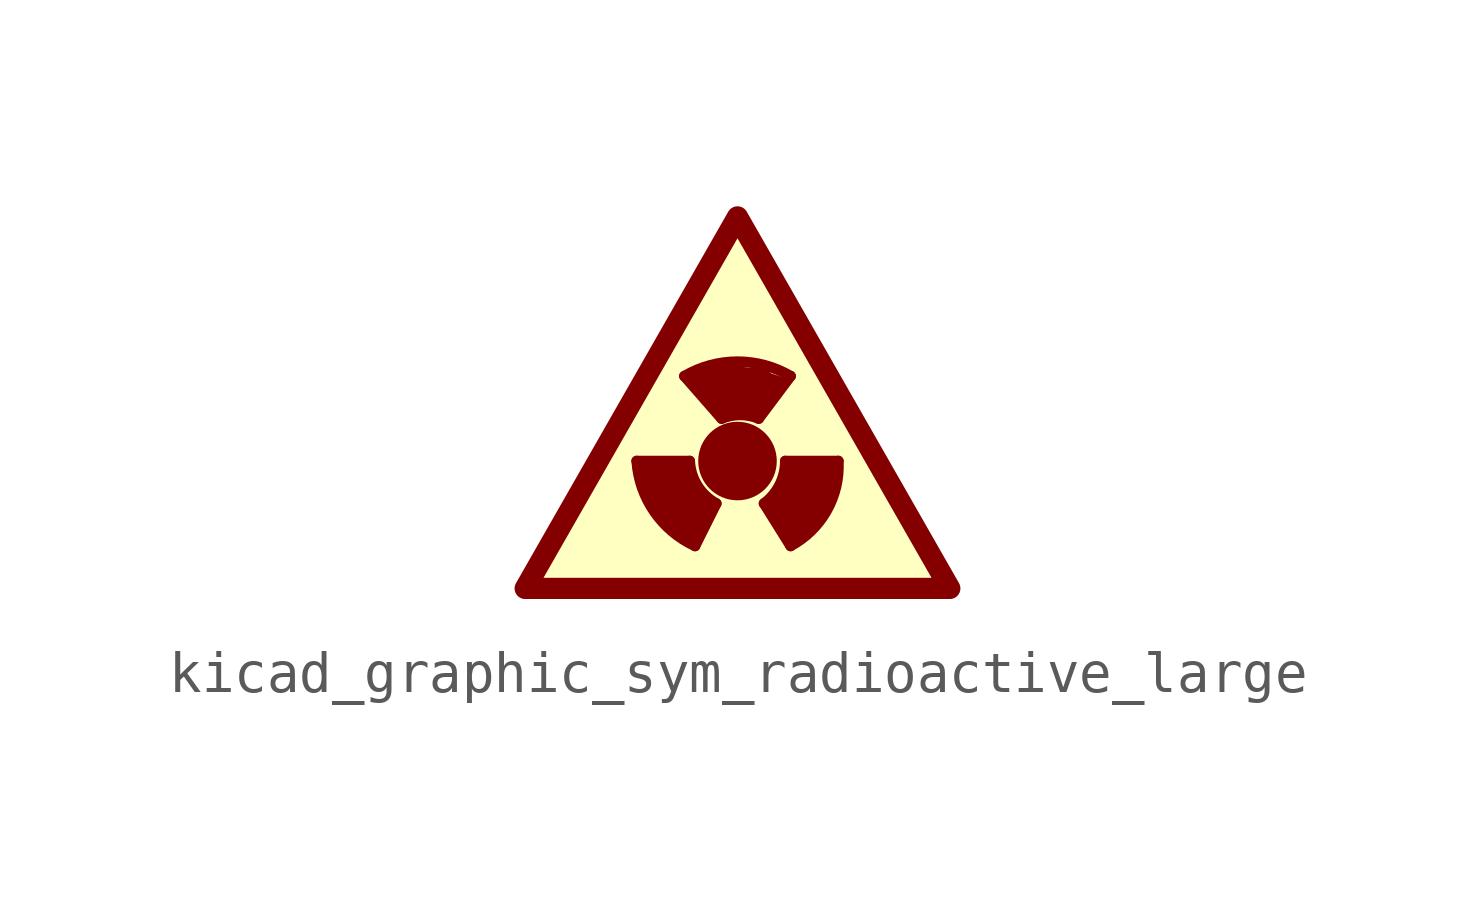
<source format=kicad_sym>
(kicad_symbol_lib
  (version 20220914)
  (generator kicad_symbol_editor)
  (symbol "kicad_graphic_sym_radioactive_large"
    (property "Reference" "#SYM"
      (at 2.413 7.112 0)
      (effects (font (size 1.27 1.27)) hide))
    (symbol "kicad_graphic_sym_radioactive_large_0_0"
      (polyline (pts (xy 0 0) (xy 1.27 0)) (stroke (width 0.254) (type default)) (fill (type none)))
      (polyline (pts (xy 1.143 2.032) (xy 2.032 1.016)) (stroke (width 0.254) (type default)) (fill (type none)))
      (polyline (pts (xy 1.397 -2.032) (xy 1.905 -1.016)) (stroke (width 0.254) (type default)) (fill (type none)))
      (polyline (pts (xy 2.921 1.016) (xy 3.683 2.032)) (stroke (width 0.254) (type default)) (fill (type none)))
      (polyline (pts (xy 3.048 -1.016) (xy 3.683 -2.032)) (stroke (width 0.254) (type default)) (fill (type none)))
      (polyline (pts (xy 3.556 0) (xy 4.826 0)) (stroke (width 0.254) (type default)) (fill (type none)))
      (polyline (pts (xy 3.048 -1.016) (xy 3.683 -2.032) (xy 4.191 -1.651) (xy 4.572 -1.016) (xy 4.699 -0.381) (xy 4.826 0) (xy 3.556 0) (xy 3.556 -0.381) (xy 3.302 -0.762) (xy 3.048 -1.016)) (stroke (width 0) (type default)) (fill (type outline)))
      (polyline (pts (xy 0 0) (xy 1.27 0) (xy 1.27 -0.254) (xy 1.397 -0.508) (xy 1.651 -0.889) (xy 1.905 -1.016) (xy 1.397 -2.032) (xy 1.016 -1.778) (xy 0.635 -1.397) (xy 0.254 -0.889) (xy 0 0)) (stroke (width 0) (type default)) (fill (type outline)))
      (polyline (pts (xy 2.032 1.016) (xy 1.397 1.905) (xy 1.143 2.032) (xy 1.778 2.286) (xy 2.667 2.159) (xy 3.048 2.159) (xy 3.175 2.032) (xy 3.556 1.905) (xy 2.921 1.016) (xy 2.54 1.143) (xy 2.286 1.143) (xy 2.032 1.016)) (stroke (width 0) (type default)) (fill (type outline)))
      (arc (start 0 0) (mid 0.419 -1.2071) (end 1.397 -2.032) (stroke (width 0.254) (type default)) (fill (type none)))
      (arc (start 1.27 0) (mid 1.4524 -0.587) (end 1.905 -1.016) (stroke (width 0.254) (type default)) (fill (type none)))
      (circle (center 2.413 0) (radius 0.813) (stroke (width 0.254) (type default)) (fill (type outline)))
      (arc (start 2.921 1.016) (mid 2.4757 1.104) (end 2.032 1.016) (stroke (width 0.254) (type default)) (fill (type none)))
      (arc (start 3.048 -1.016) (mid 3.4219 -0.568) (end 3.556 0) (stroke (width 0.254) (type default)) (fill (type none)))
      (arc (start 3.683 -2.032) (mid 4.5507 -1.1815) (end 4.826 0) (stroke (width 0.254) (type default)) (fill (type none)))
      (arc (start 3.683 2.032) (mid 2.413 2.3778) (end 1.143 2.032) (stroke (width 0.254) (type default)) (fill (type none))))
    (symbol "kicad_graphic_sym_radioactive_large_0_1"
      (polyline (pts (xy -2.667 -3.048) (xy 7.493 -3.048) (xy 2.413 5.842) (xy -2.667 -3.048)) (stroke (width 0.508) (type default)) (fill (type background))))))
</source>
